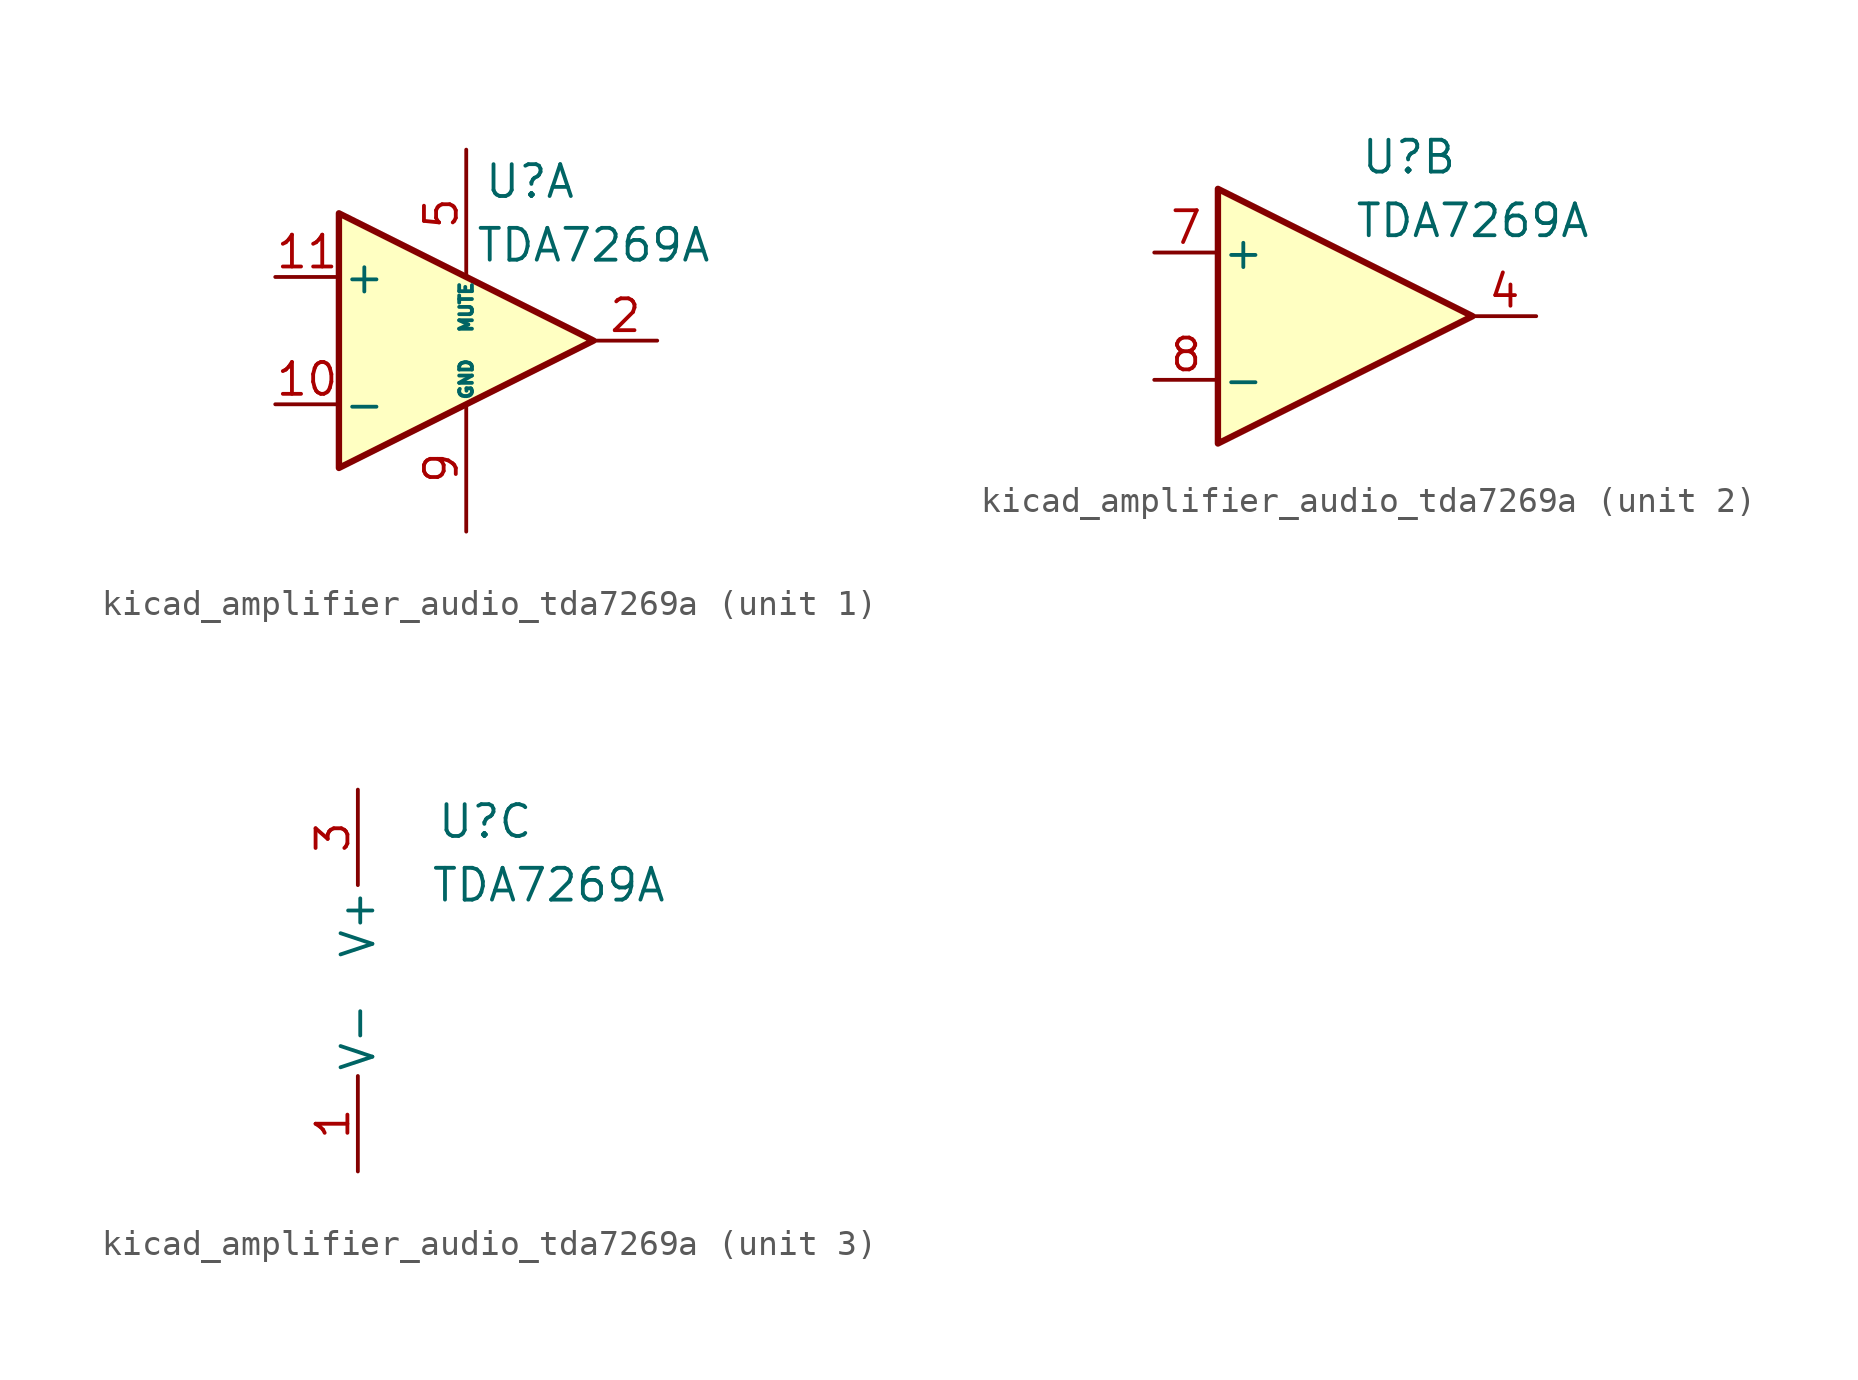
<source format=kicad_sym>
(kicad_symbol_lib
  (version 20220914)
  (generator kicad_symbol_editor)
  (symbol "kicad_amplifier_audio_tda7269a"
    (pin_names
      (offset 0.127))
    (property "Reference" "U"
      (at 2.54 6.35 0)
      (effects (font (size 1.27 1.27))))
    (property "Value" "TDA7269A"
      (at 5.08 3.81 0)
      (effects (font (size 1.27 1.27))))
    (property "ki_locked" ""
      (at 0 0 0)
      (effects (font (size 1.27 1.27))))
    (symbol "kicad_amplifier_audio_tda7269a_1_1"
      (polyline (pts (xy 5.08 0) (xy -5.08 5.08) (xy -5.08 -5.08) (xy 5.08 0)) (stroke (width 0.254) (type default)) (fill (type background)))
      (pin input line (at -7.62 -2.54 0) (length 2.54) (name "-" (effects (font (size 1.27 1.27)))) (number "10" (effects (font (size 1.27 1.27)))))
      (pin input line (at -7.62 2.54 0) (length 2.54) (name "+" (effects (font (size 1.27 1.27)))) (number "11" (effects (font (size 1.27 1.27)))))
      (pin output line (at 7.62 0 180) (length 2.54) (name "~" (effects (font (size 1.27 1.27)))) (number "2" (effects (font (size 1.27 1.27)))))
      (pin input line (at 0 7.62 270) (length 5.08) (name "MUTE" (effects (font (size 0.508 0.508)))) (number "5" (effects (font (size 1.27 1.27)))))
      (pin power_in line (at 0 -7.62 90) (length 5.08) (name "GND" (effects (font (size 0.508 0.508)))) (number "9" (effects (font (size 1.27 1.27))))))
    (symbol "kicad_amplifier_audio_tda7269a_2_1"
      (polyline (pts (xy 5.08 0) (xy -5.08 5.08) (xy -5.08 -5.08) (xy 5.08 0)) (stroke (width 0.254) (type default)) (fill (type background)))
      (pin output line (at 7.62 0 180) (length 2.54) (name "~" (effects (font (size 1.27 1.27)))) (number "4" (effects (font (size 1.27 1.27)))))
      (pin input line (at -7.62 2.54 0) (length 2.54) (name "+" (effects (font (size 1.27 1.27)))) (number "7" (effects (font (size 1.27 1.27)))))
      (pin input line (at -7.62 -2.54 0) (length 2.54) (name "-" (effects (font (size 1.27 1.27)))) (number "8" (effects (font (size 1.27 1.27))))))
    (symbol "kicad_amplifier_audio_tda7269a_3_1"
      (pin power_in line (at -2.54 -7.62 90) (length 3.81) (name "V-" (effects (font (size 1.27 1.27)))) (number "1" (effects (font (size 1.27 1.27)))))
      (pin power_in line (at -2.54 7.62 270) (length 3.81) (name "V+" (effects (font (size 1.27 1.27)))) (number "3" (effects (font (size 1.27 1.27)))))
      (pin passive line (at -2.54 -7.62 90) (length 3.81) hide (name "V-" (effects (font (size 1.27 1.27)))) (number "6" (effects (font (size 1.27 1.27))))))))
</source>
